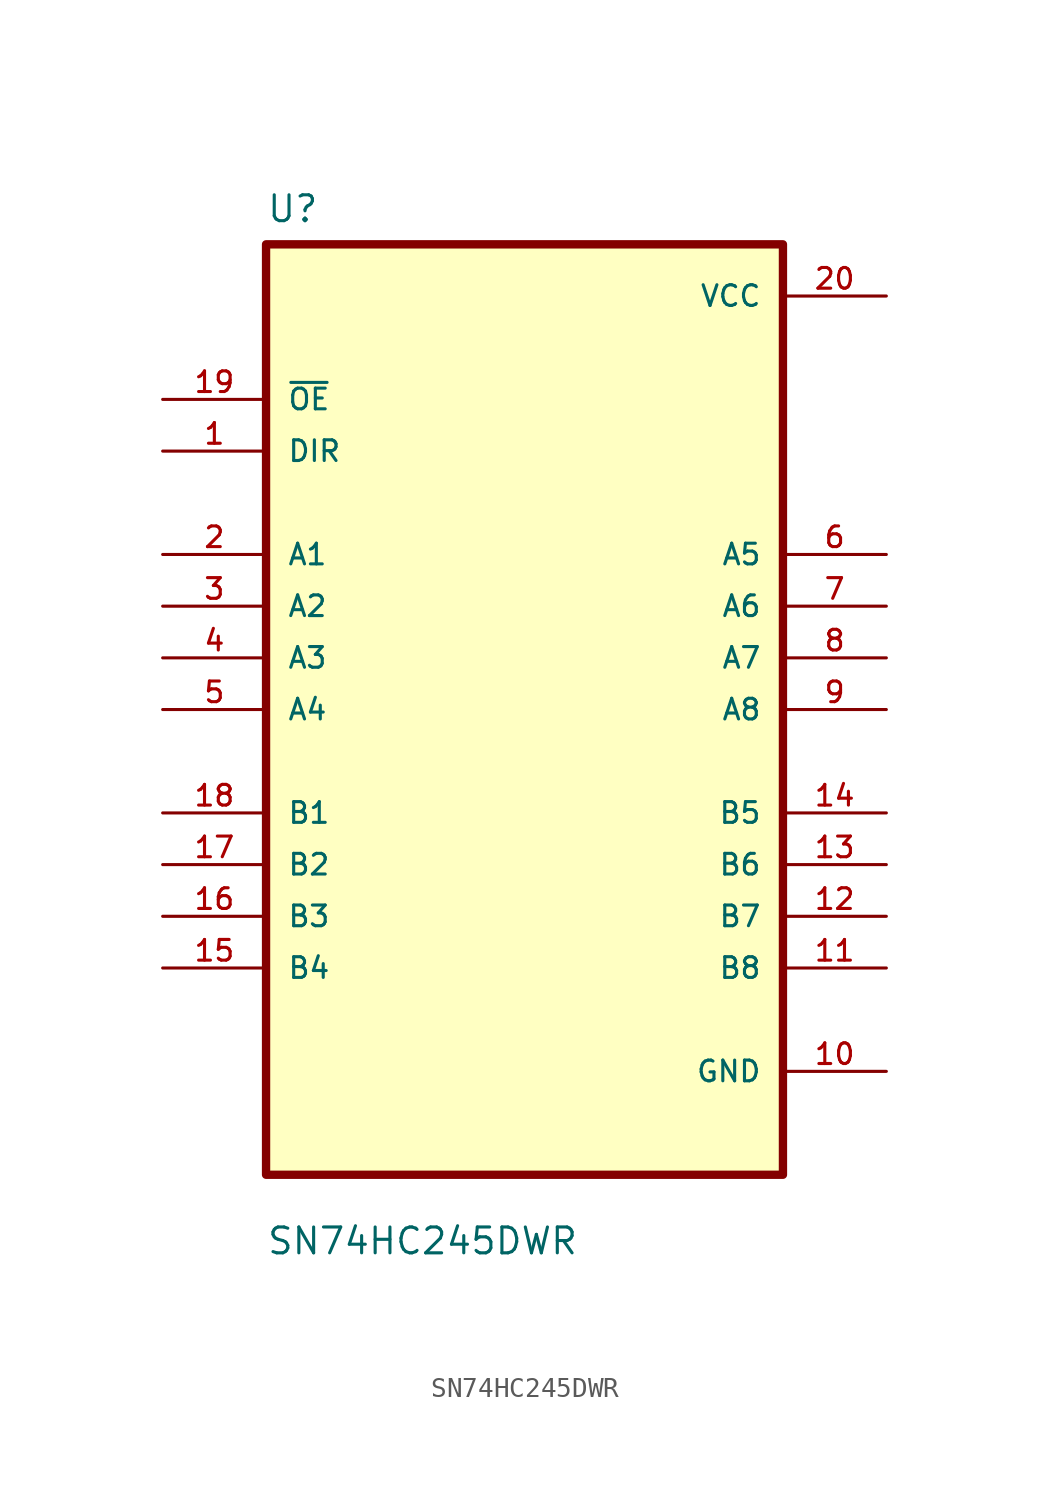
<source format=kicad_sym>
(kicad_symbol_lib
  (version 20211014)
  (generator kicad_symbol_editor)
  (symbol "SN74HC245DWR"
    (pin_names
      (offset 1.016))
    (property "Reference" "U"
      (at -12.7 23.86 0.0)
      (effects (font (size 1.27 1.27)) (justify bottom left)))
    (property "Value" "SN74HC245DWR"
      (at -12.7 -26.86 0.0)
      (effects (font (size 1.27 1.27)) (justify bottom left)))
    (symbol "SN74HC245DWR_0_0"
      (rectangle (start -12.7 -22.86) (end 12.7 22.86) (stroke (width 0.41)) (fill (type background)))
      (pin input line (at -17.78 15.24 0) (length 5.08) (name "~{OE}" (effects (font (size 1.016 1.016)))) (number "19" (effects (font (size 1.016 1.016)))))
      (pin input line (at -17.78 12.7 0) (length 5.08) (name "DIR" (effects (font (size 1.016 1.016)))) (number "1" (effects (font (size 1.016 1.016)))))
      (pin bidirectional line (at -17.78 7.62 0) (length 5.08) (name "A1" (effects (font (size 1.016 1.016)))) (number "2" (effects (font (size 1.016 1.016)))))
      (pin bidirectional line (at -17.78 5.08 0) (length 5.08) (name "A2" (effects (font (size 1.016 1.016)))) (number "3" (effects (font (size 1.016 1.016)))))
      (pin bidirectional line (at -17.78 2.54 0) (length 5.08) (name "A3" (effects (font (size 1.016 1.016)))) (number "4" (effects (font (size 1.016 1.016)))))
      (pin bidirectional line (at -17.78 3.55271e-15 0) (length 5.08) (name "A4" (effects (font (size 1.016 1.016)))) (number "5" (effects (font (size 1.016 1.016)))))
      (pin bidirectional line (at -17.78 -5.08 0) (length 5.08) (name "B1" (effects (font (size 1.016 1.016)))) (number "18" (effects (font (size 1.016 1.016)))))
      (pin bidirectional line (at -17.78 -7.62 0) (length 5.08) (name "B2" (effects (font (size 1.016 1.016)))) (number "17" (effects (font (size 1.016 1.016)))))
      (pin bidirectional line (at -17.78 -10.16 0) (length 5.08) (name "B3" (effects (font (size 1.016 1.016)))) (number "16" (effects (font (size 1.016 1.016)))))
      (pin bidirectional line (at -17.78 -12.7 0) (length 5.08) (name "B4" (effects (font (size 1.016 1.016)))) (number "15" (effects (font (size 1.016 1.016)))))
      (pin power_in line (at 17.78 20.32 180.0) (length 5.08) (name "VCC" (effects (font (size 1.016 1.016)))) (number "20" (effects (font (size 1.016 1.016)))))
      (pin bidirectional line (at 17.78 7.62 180.0) (length 5.08) (name "A5" (effects (font (size 1.016 1.016)))) (number "6" (effects (font (size 1.016 1.016)))))
      (pin bidirectional line (at 17.78 5.08 180.0) (length 5.08) (name "A6" (effects (font (size 1.016 1.016)))) (number "7" (effects (font (size 1.016 1.016)))))
      (pin bidirectional line (at 17.78 2.54 180.0) (length 5.08) (name "A7" (effects (font (size 1.016 1.016)))) (number "8" (effects (font (size 1.016 1.016)))))
      (pin bidirectional line (at 17.78 0.0 180.0) (length 5.08) (name "A8" (effects (font (size 1.016 1.016)))) (number "9" (effects (font (size 1.016 1.016)))))
      (pin bidirectional line (at 17.78 -5.08 180.0) (length 5.08) (name "B5" (effects (font (size 1.016 1.016)))) (number "14" (effects (font (size 1.016 1.016)))))
      (pin bidirectional line (at 17.78 -7.62 180.0) (length 5.08) (name "B6" (effects (font (size 1.016 1.016)))) (number "13" (effects (font (size 1.016 1.016)))))
      (pin bidirectional line (at 17.78 -10.16 180.0) (length 5.08) (name "B7" (effects (font (size 1.016 1.016)))) (number "12" (effects (font (size 1.016 1.016)))))
      (pin bidirectional line (at 17.78 -12.7 180.0) (length 5.08) (name "B8" (effects (font (size 1.016 1.016)))) (number "11" (effects (font (size 1.016 1.016)))))
      (pin power_in line (at 17.78 -17.78 180.0) (length 5.08) (name "GND" (effects (font (size 1.016 1.016)))) (number "10" (effects (font (size 1.016 1.016))))))))
</source>
